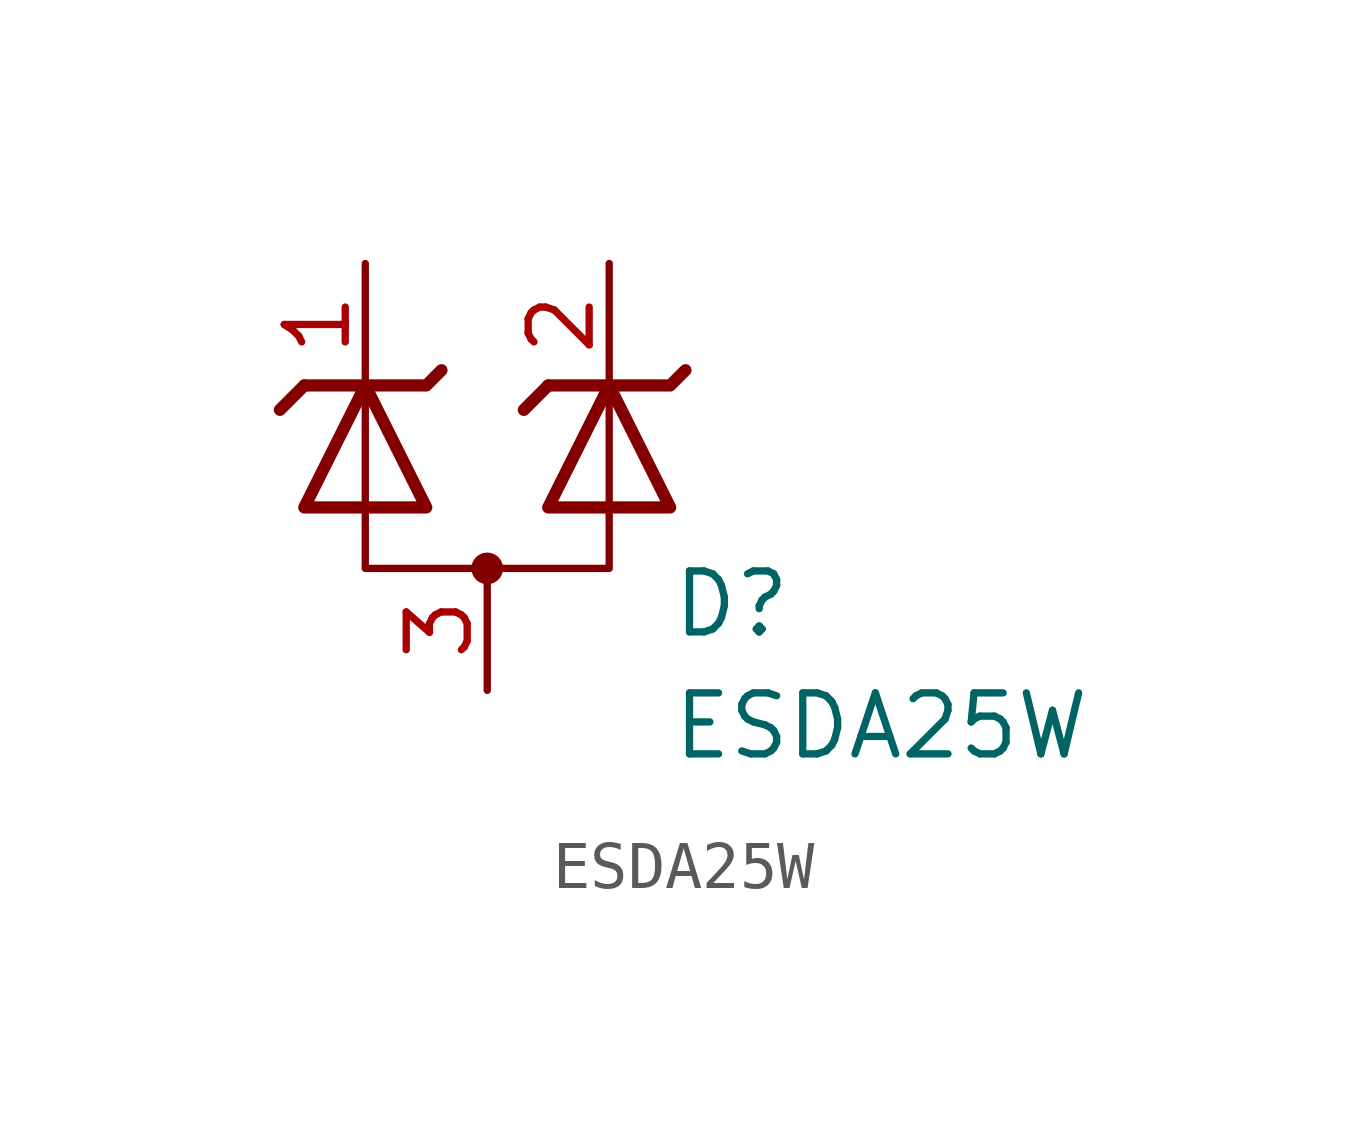
<source format=kicad_sym>
(kicad_symbol_lib
  (version 20220914)
  (generator kicad_symbol_editor)
  (symbol "ESDA25W"
    (property "Reference" "D"
      (at 3.81 2.54 0)
      (effects (font (size 1.27 1.27)) (justify left top)))
    (property "Value" "ESDA25W"
      (at 3.81 0 0)
      (effects (font (size 1.27 1.27)) (justify left top)))
    (symbol "ESDA25W_0_0"
      (polyline (pts (xy -0.953 6.668) (xy -1.27 6.35) (xy -3.81 6.35)) (stroke (width 0.254) (type default)) (fill (type none)))
      (polyline (pts (xy 1.27 6.35) (xy 3.81 6.35) (xy 4.128 6.668)) (stroke (width 0.254) (type default)) (fill (type none))))
    (symbol "ESDA25W_0_1"
      (polyline (pts (xy -2.54 6.35) (xy -2.54 2.54) (xy 2.54 2.54) (xy 2.54 6.35)) (stroke (width 0) (type default)) (fill (type none)))
      (polyline (pts (xy -3.81 3.81) (xy -2.54 6.35) (xy -1.27 3.81) (xy -3.81 3.81) (xy -3.81 3.81) (xy -3.81 3.81)) (stroke (width 0.254) (type default)) (fill (type none)))
      (polyline (pts (xy 1.27 3.81) (xy 2.54 6.35) (xy 3.81 3.81) (xy 1.27 3.81) (xy 1.27 3.81) (xy 1.27 3.81)) (stroke (width 0.254) (type default)) (fill (type none)))
      (circle (center 0 2.54) (radius 0.254) (stroke (width 0) (type default)) (fill (type outline))))
    (symbol "ESDA25W_1_1"
      (polyline (pts (xy -3.81 6.35) (xy -4.318 5.842)) (stroke (width 0.254) (type default)) (fill (type none)))
      (polyline (pts (xy 1.27 6.35) (xy 0.762 5.842)) (stroke (width 0.254) (type default)) (fill (type none)))
      (pin passive line (at -2.54 8.89 270) (length 2.54) (name "" (effects (font (size 1.27 1.27)))) (number "1" (effects (font (size 1.27 1.27)))))
      (pin passive line (at 2.54 8.89 270) (length 2.54) (name "" (effects (font (size 1.27 1.27)))) (number "2" (effects (font (size 1.27 1.27)))))
      (pin passive line (at 0 0 90) (length 2.54) (name "" (effects (font (size 1.27 1.27)))) (number "3" (effects (font (size 1.27 1.27))))))))
</source>
